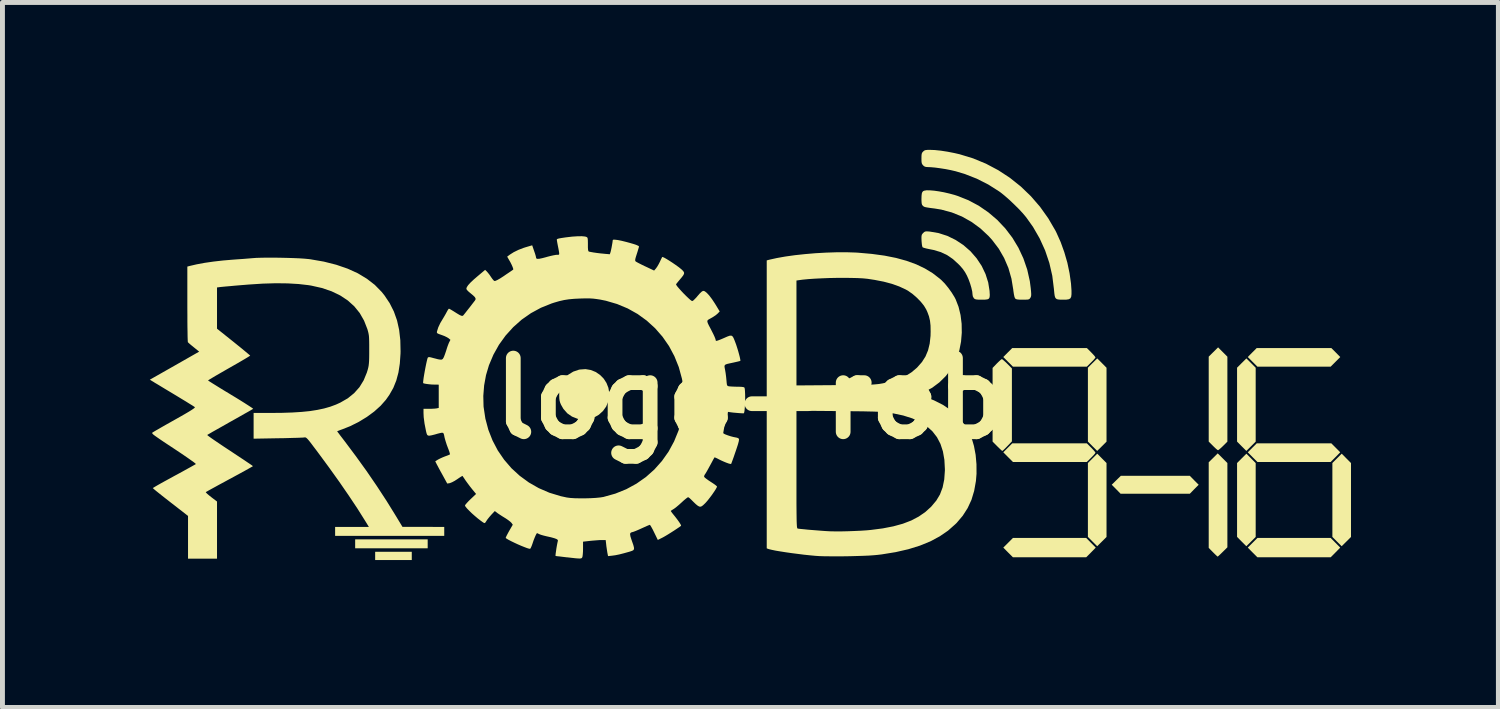
<source format=kicad_pcb>
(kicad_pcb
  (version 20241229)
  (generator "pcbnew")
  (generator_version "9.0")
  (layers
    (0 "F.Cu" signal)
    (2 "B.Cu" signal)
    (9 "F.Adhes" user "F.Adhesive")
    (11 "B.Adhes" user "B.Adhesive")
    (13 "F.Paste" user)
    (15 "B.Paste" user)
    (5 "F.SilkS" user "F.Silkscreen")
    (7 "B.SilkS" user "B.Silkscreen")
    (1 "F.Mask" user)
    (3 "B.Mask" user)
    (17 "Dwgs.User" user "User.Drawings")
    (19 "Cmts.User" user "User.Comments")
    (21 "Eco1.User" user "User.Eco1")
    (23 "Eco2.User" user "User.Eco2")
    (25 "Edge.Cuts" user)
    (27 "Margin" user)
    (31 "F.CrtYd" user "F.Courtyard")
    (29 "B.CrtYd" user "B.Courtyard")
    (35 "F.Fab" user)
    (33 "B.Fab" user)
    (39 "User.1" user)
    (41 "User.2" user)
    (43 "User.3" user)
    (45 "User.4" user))
  (footprint "logo-rob"
    (layer "F.Cu")
    (at 12.219 5.06)
    (property "Reference" "logo-rob" (at 0 0 0) (layer "F.SilkS") (effects (font (size 1.5 1.5) (thickness 0.3))))
    (attr board_only exclude_from_pos_files exclude_from_bom)
    (fp_poly (pts (xy -6.888 3.205) (xy -6.888 3.289) (xy -7.26 3.289) (xy -7.633 3.289) (xy -7.633 3.205) (xy -7.633 3.121) (xy -7.26 3.121) (xy -6.888 3.121)) (stroke (width 0) (type solid)) (fill yes) (layer "F.SilkS"))
    (fp_poly (pts (xy -6.564 2.959) (xy -6.564 3.05) (xy -7.302 3.05) (xy -8.04 3.05) (xy -8.04 2.959) (xy -8.04 2.868) (xy -7.302 2.868) (xy -6.564 2.868)) (stroke (width 0) (type solid)) (fill yes) (layer "F.SilkS"))
    (fp_poly (pts (xy 6.937 2.938) (xy 7.034 3.036) (xy 6.937 3.135) (xy 6.839 3.233) (xy 6.093 3.233) (xy 5.348 3.233) (xy 5.25 3.135) (xy 5.152 3.036) (xy 5.25 2.938) (xy 5.348 2.839) (xy 6.093 2.839) (xy 6.839 2.839)) (stroke (width 0) (type solid)) (fill yes) (layer "F.SilkS"))
    (fp_poly (pts (xy 7.159 -0.72) (xy 7.253 -0.625) (xy 7.253 0.127) (xy 7.253 0.879) (xy 7.158 0.974) (xy 7.063 1.068) (xy 6.968 0.973) (xy 6.874 0.878) (xy 6.874 0.126) (xy 6.874 -0.626) (xy 6.969 -0.721) (xy 7.064 -0.815)) (stroke (width 0) (type solid)) (fill yes) (layer "F.SilkS"))
    (fp_poly (pts (xy 7.159 1.22) (xy 7.253 1.315) (xy 7.253 2.067) (xy 7.253 2.819) (xy 7.158 2.914) (xy 7.063 3.008) (xy 6.968 2.913) (xy 6.874 2.818) (xy 6.874 2.066) (xy 6.874 1.314) (xy 6.969 1.219) (xy 7.064 1.124)) (stroke (width 0) (type solid)) (fill yes) (layer "F.SilkS"))
    (fp_poly (pts (xy 9.038 1.666) (xy 9.129 1.757) (xy 9.038 1.848) (xy 8.948 1.94) (xy 8.244 1.94) (xy 7.54 1.94) (xy 7.45 1.848) (xy 7.359 1.756) (xy 7.452 1.665) (xy 7.545 1.574) (xy 8.246 1.574) (xy 8.948 1.574)) (stroke (width 0) (type solid)) (fill yes) (layer "F.SilkS"))
    (fp_poly (pts (xy 10.195 -0.72) (xy 10.289 -0.625) (xy 10.289 0.127) (xy 10.289 0.879) (xy 10.194 0.974) (xy 10.099 1.068) (xy 10.004 0.973) (xy 9.91 0.878) (xy 9.91 0.126) (xy 9.91 -0.626) (xy 10.005 -0.721) (xy 10.1 -0.815)) (stroke (width 0) (type solid)) (fill yes) (layer "F.SilkS"))
    (fp_poly (pts (xy 10.195 1.22) (xy 10.289 1.315) (xy 10.289 2.067) (xy 10.289 2.819) (xy 10.194 2.914) (xy 10.099 3.008) (xy 10.004 2.913) (xy 9.91 2.818) (xy 9.91 2.066) (xy 9.91 1.314) (xy 10.005 1.219) (xy 10.1 1.124)) (stroke (width 0) (type solid)) (fill yes) (layer "F.SilkS"))
    (fp_poly (pts (xy 11.913 2.938) (xy 12.01 3.036) (xy 11.913 3.135) (xy 11.815 3.233) (xy 11.069 3.233) (xy 10.324 3.233) (xy 10.226 3.135) (xy 10.128 3.036) (xy 10.226 2.938) (xy 10.324 2.839) (xy 11.069 2.839) (xy 11.815 2.839)) (stroke (width 0) (type solid)) (fill yes) (layer "F.SilkS"))
    (fp_poly (pts (xy 11.92 -0.935) (xy 12.01 -0.843) (xy 11.913 -0.745) (xy 11.815 -0.647) (xy 11.069 -0.647) (xy 10.324 -0.647) (xy 10.226 -0.745) (xy 10.128 -0.843) (xy 10.219 -0.935) (xy 10.31 -1.026) (xy 11.069 -1.026) (xy 11.829 -1.026)) (stroke (width 0) (type solid)) (fill yes) (layer "F.SilkS"))
    (fp_poly (pts (xy 11.92 1.005) (xy 12.01 1.096) (xy 11.913 1.195) (xy 11.815 1.293) (xy 11.069 1.293) (xy 10.324 1.293) (xy 10.226 1.195) (xy 10.128 1.096) (xy 10.219 1.005) (xy 10.31 0.914) (xy 11.069 0.914) (xy 11.829 0.914)) (stroke (width 0) (type solid)) (fill yes) (layer "F.SilkS"))
    (fp_poly (pts (xy 12.135 1.22) (xy 12.229 1.315) (xy 12.229 2.067) (xy 12.229 2.819) (xy 12.134 2.914) (xy 12.039 3.008) (xy 11.944 2.913) (xy 11.85 2.818) (xy 11.85 2.066) (xy 11.85 1.314) (xy 11.945 1.219) (xy 12.04 1.124)) (stroke (width 0) (type solid)) (fill yes) (layer "F.SilkS"))
    (fp_poly (pts (xy 6.941 -0.938) (xy 6.98 -0.897) (xy 7.01 -0.863) (xy 7.026 -0.84) (xy 7.028 -0.836) (xy 7.019 -0.82) (xy 6.994 -0.79) (xy 6.958 -0.752) (xy 6.94 -0.734) (xy 6.852 -0.647) (xy 6.1 -0.647) (xy 5.348 -0.647) (xy 5.25 -0.745) (xy 5.152 -0.843) (xy 5.243 -0.935) (xy 5.334 -1.026) (xy 6.093 -1.026) (xy 6.853 -1.026)) (stroke (width 0) (type solid)) (fill yes) (layer "F.SilkS"))
    (fp_poly (pts (xy 6.941 1.002) (xy 6.98 1.043) (xy 7.01 1.077) (xy 7.026 1.1) (xy 7.028 1.104) (xy 7.019 1.12) (xy 6.994 1.15) (xy 6.958 1.188) (xy 6.94 1.206) (xy 6.852 1.293) (xy 6.1 1.293) (xy 5.348 1.293) (xy 5.25 1.195) (xy 5.152 1.096) (xy 5.243 1.005) (xy 5.334 0.914) (xy 6.093 0.914) (xy 6.853 0.914)) (stroke (width 0) (type solid)) (fill yes) (layer "F.SilkS"))
    (fp_poly (pts (xy 9.615 1.216) (xy 9.713 1.314) (xy 9.713 2.172) (xy 9.713 3.03) (xy 9.618 3.124) (xy 9.576 3.165) (xy 9.542 3.197) (xy 9.52 3.216) (xy 9.515 3.219) (xy 9.503 3.21) (xy 9.476 3.185) (xy 9.439 3.149) (xy 9.421 3.131) (xy 9.333 3.042) (xy 9.333 2.171) (xy 9.333 1.299) (xy 9.425 1.209) (xy 9.516 1.118)) (stroke (width 0) (type solid)) (fill yes) (layer "F.SilkS"))
    (fp_poly (pts (xy 9.618 -0.945) (xy 9.713 -0.85) (xy 9.713 0.015) (xy 9.713 0.879) (xy 9.625 0.967) (xy 9.584 1.006) (xy 9.549 1.036) (xy 9.527 1.052) (xy 9.522 1.054) (xy 9.507 1.045) (xy 9.477 1.02) (xy 9.439 0.984) (xy 9.421 0.966) (xy 9.333 0.878) (xy 9.333 0.013) (xy 9.333 -0.851) (xy 9.429 -0.946) (xy 9.524 -1.04)) (stroke (width 0) (type solid)) (fill yes) (layer "F.SilkS"))
    (fp_poly (pts (xy 5.139 -0.792) (xy 5.169 -0.766) (xy 5.209 -0.73) (xy 5.233 -0.706) (xy 5.327 -0.611) (xy 5.327 0.132) (xy 5.327 0.874) (xy 5.234 0.971) (xy 5.193 1.013) (xy 5.159 1.046) (xy 5.137 1.065) (xy 5.131 1.068) (xy 5.118 1.059) (xy 5.091 1.034) (xy 5.053 0.997) (xy 5.028 0.973) (xy 4.934 0.878) (xy 4.934 0.128) (xy 4.934 -0.621) (xy 5.02 -0.711) (xy 5.061 -0.751) (xy 5.095 -0.782) (xy 5.118 -0.799) (xy 5.123 -0.801)) (stroke (width 0) (type solid)) (fill yes) (layer "F.SilkS"))
    (fp_poly (pts (xy -3.244 -0.579) (xy -3.145 -0.539) (xy -3.058 -0.48) (xy -2.983 -0.405) (xy -2.925 -0.316) (xy -2.886 -0.217) (xy -2.868 -0.11) (xy -2.873 0.001) (xy -2.887 0.059) (xy -2.931 0.165) (xy -2.997 0.256) (xy -3.079 0.331) (xy -3.174 0.386) (xy -3.279 0.421) (xy -3.389 0.432) (xy -3.501 0.417) (xy -3.514 0.414) (xy -3.627 0.369) (xy -3.723 0.302) (xy -3.801 0.213) (xy -3.85 0.128) (xy -3.868 0.085) (xy -3.879 0.045) (xy -3.885 -0.001) (xy -3.887 -0.064) (xy -3.887 -0.084) (xy -3.886 -0.152) (xy -3.881 -0.202) (xy -3.872 -0.242) (xy -3.856 -0.282) (xy -3.85 -0.295) (xy -3.785 -0.4) (xy -3.702 -0.484) (xy -3.601 -0.546) (xy -3.486 -0.585) (xy -3.464 -0.589) (xy -3.351 -0.597)) (stroke (width 0) (type solid)) (fill yes) (layer "F.SilkS"))
    (fp_poly (pts (xy 3.641 -3.398) (xy 3.653 -3.397) (xy 3.835 -3.366) (xy 4.012 -3.309) (xy 4.182 -3.226) (xy 4.341 -3.121) (xy 4.485 -2.995) (xy 4.609 -2.852) (xy 4.712 -2.697) (xy 4.791 -2.531) (xy 4.845 -2.36) (xy 4.873 -2.185) (xy 4.873 -2.173) (xy 4.877 -2.106) (xy 4.873 -2.06) (xy 4.859 -2.032) (xy 4.829 -2.017) (xy 4.779 -2.011) (xy 4.706 -2.01) (xy 4.644 -2.011) (xy 4.603 -2.015) (xy 4.576 -2.022) (xy 4.558 -2.035) (xy 4.554 -2.038) (xy 4.532 -2.077) (xy 4.526 -2.113) (xy 4.52 -2.175) (xy 4.502 -2.254) (xy 4.476 -2.341) (xy 4.444 -2.428) (xy 4.411 -2.502) (xy 4.371 -2.574) (xy 4.326 -2.638) (xy 4.269 -2.704) (xy 4.238 -2.735) (xy 4.125 -2.838) (xy 4.008 -2.918) (xy 3.881 -2.978) (xy 3.738 -3.021) (xy 3.643 -3.04) (xy 3.587 -3.052) (xy 3.542 -3.064) (xy 3.514 -3.074) (xy 3.51 -3.077) (xy 3.501 -3.098) (xy 3.494 -3.14) (xy 3.489 -3.195) (xy 3.488 -3.212) (xy 3.486 -3.27) (xy 3.488 -3.308) (xy 3.494 -3.333) (xy 3.507 -3.352) (xy 3.521 -3.368) (xy 3.543 -3.388) (xy 3.565 -3.398) (xy 3.594 -3.401)) (stroke (width 0) (type solid)) (fill yes) (layer "F.SilkS"))
    (fp_poly (pts (xy 3.658 -4.236) (xy 3.743 -4.229) (xy 3.841 -4.215) (xy 3.945 -4.196) (xy 4.053 -4.171) (xy 4.157 -4.143) (xy 4.216 -4.124) (xy 4.441 -4.035) (xy 4.653 -3.922) (xy 4.849 -3.787) (xy 5.03 -3.633) (xy 5.193 -3.46) (xy 5.337 -3.271) (xy 5.46 -3.067) (xy 5.561 -2.85) (xy 5.639 -2.623) (xy 5.692 -2.387) (xy 5.71 -2.248) (xy 5.717 -2.176) (xy 5.72 -2.127) (xy 5.719 -2.094) (xy 5.714 -2.071) (xy 5.705 -2.052) (xy 5.702 -2.047) (xy 5.689 -2.03) (xy 5.674 -2.019) (xy 5.65 -2.013) (xy 5.611 -2.011) (xy 5.551 -2.01) (xy 5.547 -2.01) (xy 5.482 -2.011) (xy 5.439 -2.015) (xy 5.412 -2.022) (xy 5.395 -2.033) (xy 5.394 -2.035) (xy 5.38 -2.064) (xy 5.368 -2.119) (xy 5.356 -2.199) (xy 5.356 -2.207) (xy 5.318 -2.438) (xy 5.256 -2.655) (xy 5.169 -2.858) (xy 5.059 -3.049) (xy 4.923 -3.228) (xy 4.854 -3.304) (xy 4.686 -3.461) (xy 4.504 -3.594) (xy 4.31 -3.703) (xy 4.104 -3.786) (xy 3.889 -3.844) (xy 3.755 -3.866) (xy 3.674 -3.876) (xy 3.615 -3.885) (xy 3.575 -3.892) (xy 3.549 -3.899) (xy 3.532 -3.907) (xy 3.518 -3.918) (xy 3.513 -3.923) (xy 3.498 -3.943) (xy 3.49 -3.973) (xy 3.487 -4.019) (xy 3.486 -4.052) (xy 3.488 -4.122) (xy 3.493 -4.17) (xy 3.504 -4.201) (xy 3.522 -4.22) (xy 3.543 -4.229) (xy 3.59 -4.237)) (stroke (width 0) (type solid)) (fill yes) (layer "F.SilkS"))
    (fp_poly (pts (xy 3.759 -5.056) (xy 3.883 -5.043) (xy 4.018 -5.022) (xy 4.156 -4.995) (xy 4.264 -4.97) (xy 4.536 -4.887) (xy 4.798 -4.779) (xy 5.049 -4.646) (xy 5.286 -4.491) (xy 5.508 -4.314) (xy 5.713 -4.117) (xy 5.9 -3.901) (xy 6.066 -3.668) (xy 6.212 -3.418) (xy 6.234 -3.374) (xy 6.32 -3.182) (xy 6.394 -2.976) (xy 6.456 -2.762) (xy 6.501 -2.547) (xy 6.53 -2.34) (xy 6.54 -2.197) (xy 6.54 -2.122) (xy 6.534 -2.07) (xy 6.517 -2.037) (xy 6.485 -2.019) (xy 6.434 -2.011) (xy 6.368 -2.01) (xy 6.306 -2.011) (xy 6.266 -2.015) (xy 6.241 -2.022) (xy 6.223 -2.035) (xy 6.22 -2.038) (xy 6.207 -2.058) (xy 6.198 -2.09) (xy 6.191 -2.139) (xy 6.184 -2.21) (xy 6.182 -2.231) (xy 6.149 -2.497) (xy 6.089 -2.758) (xy 6.003 -3.013) (xy 5.891 -3.259) (xy 5.756 -3.493) (xy 5.617 -3.688) (xy 5.55 -3.768) (xy 5.466 -3.858) (xy 5.372 -3.951) (xy 5.275 -4.043) (xy 5.18 -4.126) (xy 5.094 -4.195) (xy 5.063 -4.217) (xy 4.845 -4.355) (xy 4.612 -4.473) (xy 4.369 -4.568) (xy 4.183 -4.624) (xy 4.085 -4.647) (xy 3.978 -4.668) (xy 3.869 -4.685) (xy 3.766 -4.699) (xy 3.676 -4.707) (xy 3.625 -4.709) (xy 3.576 -4.712) (xy 3.542 -4.725) (xy 3.521 -4.743) (xy 3.503 -4.765) (xy 3.492 -4.789) (xy 3.487 -4.824) (xy 3.486 -4.878) (xy 3.486 -4.885) (xy 3.487 -4.941) (xy 3.491 -4.978) (xy 3.501 -5.003) (xy 3.518 -5.024) (xy 3.521 -5.026) (xy 3.543 -5.045) (xy 3.569 -5.055) (xy 3.607 -5.059) (xy 3.653 -5.06)) (stroke (width 0) (type solid)) (fill yes) (layer "F.SilkS"))
    (fp_poly (pts (xy 2.139 -2.97) (xy 2.193 -2.967) (xy 2.476 -2.942) (xy 2.734 -2.907) (xy 2.97 -2.86) (xy 3.184 -2.801) (xy 3.379 -2.73) (xy 3.555 -2.646) (xy 3.715 -2.549) (xy 3.86 -2.437) (xy 3.89 -2.411) (xy 3.96 -2.34) (xy 4.032 -2.252) (xy 4.101 -2.156) (xy 4.159 -2.062) (xy 4.182 -2.018) (xy 4.241 -1.866) (xy 4.282 -1.698) (xy 4.304 -1.52) (xy 4.307 -1.338) (xy 4.292 -1.157) (xy 4.258 -0.982) (xy 4.206 -0.819) (xy 4.183 -0.765) (xy 4.093 -0.603) (xy 3.982 -0.456) (xy 3.851 -0.327) (xy 3.705 -0.218) (xy 3.545 -0.133) (xy 3.512 -0.119) (xy 3.405 -0.076) (xy 3.533 -0.037) (xy 3.738 0.037) (xy 3.922 0.13) (xy 4.086 0.24) (xy 4.228 0.368) (xy 4.348 0.512) (xy 4.445 0.673) (xy 4.52 0.848) (xy 4.555 0.968) (xy 4.589 1.148) (xy 4.606 1.34) (xy 4.607 1.534) (xy 4.595 1.68) (xy 4.559 1.881) (xy 4.504 2.064) (xy 4.426 2.232) (xy 4.326 2.388) (xy 4.202 2.534) (xy 4.176 2.559) (xy 4.027 2.691) (xy 3.857 2.807) (xy 3.667 2.909) (xy 3.454 2.996) (xy 3.219 3.069) (xy 2.961 3.128) (xy 2.678 3.174) (xy 2.593 3.184) (xy 2.517 3.191) (xy 2.418 3.198) (xy 2.301 3.203) (xy 2.172 3.207) (xy 2.034 3.211) (xy 1.894 3.213) (xy 1.757 3.214) (xy 1.627 3.213) (xy 1.511 3.212) (xy 1.411 3.209) (xy 1.335 3.204) (xy 1.218 3.193) (xy 1.094 3.18) (xy 0.968 3.164) (xy 0.843 3.148) (xy 0.725 3.131) (xy 0.616 3.114) (xy 0.52 3.098) (xy 0.443 3.082) (xy 0.388 3.069) (xy 0.369 3.063) (xy 0.337 3.051) (xy 0.337 0.25) (xy 0.942 0.25) (xy 0.942 1.446) (xy 0.942 1.657) (xy 0.942 1.842) (xy 0.942 2.002) (xy 0.942 2.139) (xy 0.943 2.256) (xy 0.944 2.353) (xy 0.945 2.432) (xy 0.946 2.496) (xy 0.948 2.546) (xy 0.95 2.583) (xy 0.952 2.61) (xy 0.955 2.628) (xy 0.958 2.639) (xy 0.962 2.645) (xy 0.966 2.648) (xy 0.966 2.648) (xy 0.989 2.652) (xy 1.036 2.657) (xy 1.1 2.663) (xy 1.177 2.671) (xy 1.263 2.678) (xy 1.352 2.685) (xy 1.439 2.692) (xy 1.52 2.698) (xy 1.588 2.702) (xy 1.631 2.704) (xy 1.731 2.706) (xy 1.851 2.706) (xy 1.984 2.703) (xy 2.12 2.698) (xy 2.253 2.692) (xy 2.374 2.684) (xy 2.458 2.676) (xy 2.698 2.645) (xy 2.914 2.603) (xy 3.107 2.55) (xy 3.279 2.484) (xy 3.431 2.404) (xy 3.565 2.311) (xy 3.684 2.203) (xy 3.788 2.079) (xy 3.789 2.078) (xy 3.863 1.954) (xy 3.917 1.811) (xy 3.95 1.65) (xy 3.963 1.469) (xy 3.963 1.438) (xy 3.953 1.249) (xy 3.923 1.078) (xy 3.873 0.925) (xy 3.802 0.789) (xy 3.709 0.669) (xy 3.595 0.566) (xy 3.458 0.478) (xy 3.298 0.405) (xy 3.115 0.347) (xy 2.908 0.303) (xy 2.804 0.287) (xy 2.762 0.282) (xy 2.713 0.277) (xy 2.655 0.273) (xy 2.586 0.27) (xy 2.504 0.267) (xy 2.405 0.265) (xy 2.288 0.262) (xy 2.151 0.261) (xy 1.99 0.259) (xy 1.804 0.257) (xy 1.789 0.257) (xy 0.942 0.25) (xy 0.337 0.25) (xy 0.337 0.12) (xy 0.337 -0.265) (xy 0.942 -0.265) (xy 1.739 -0.271) (xy 1.911 -0.272) (xy 2.058 -0.274) (xy 2.181 -0.275) (xy 2.285 -0.277) (xy 2.37 -0.279) (xy 2.441 -0.281) (xy 2.499 -0.283) (xy 2.548 -0.287) (xy 2.589 -0.291) (xy 2.626 -0.295) (xy 2.661 -0.301) (xy 2.696 -0.307) (xy 2.874 -0.347) (xy 3.029 -0.397) (xy 3.165 -0.458) (xy 3.283 -0.532) (xy 3.389 -0.621) (xy 3.403 -0.635) (xy 3.496 -0.741) (xy 3.568 -0.854) (xy 3.62 -0.978) (xy 3.654 -1.117) (xy 3.671 -1.273) (xy 3.673 -1.363) (xy 3.671 -1.482) (xy 3.66 -1.582) (xy 3.639 -1.672) (xy 3.606 -1.761) (xy 3.582 -1.813) (xy 3.537 -1.888) (xy 3.472 -1.969) (xy 3.393 -2.05) (xy 3.308 -2.124) (xy 3.221 -2.186) (xy 3.17 -2.216) (xy 3.032 -2.28) (xy 2.883 -2.333) (xy 2.718 -2.377) (xy 2.533 -2.413) (xy 2.39 -2.435) (xy 2.3 -2.444) (xy 2.188 -2.45) (xy 2.058 -2.453) (xy 1.914 -2.455) (xy 1.764 -2.454) (xy 1.61 -2.451) (xy 1.458 -2.445) (xy 1.314 -2.438) (xy 1.183 -2.429) (xy 1.068 -2.418) (xy 0.994 -2.408) (xy 0.942 -2.4) (xy 0.942 -1.333) (xy 0.942 -0.265) (xy 0.337 -0.265) (xy 0.337 -2.81) (xy 0.39 -2.824) (xy 0.543 -2.858) (xy 0.718 -2.889) (xy 0.911 -2.916) (xy 1.116 -2.938) (xy 1.328 -2.956) (xy 1.542 -2.968) (xy 1.752 -2.975) (xy 1.953 -2.976)) (stroke (width 0) (type solid)) (fill yes) (layer "F.SilkS"))
    (fp_poly (pts (xy -9.566 -2.864) (xy -9.43 -2.861) (xy -9.299 -2.857) (xy -9.177 -2.852) (xy -9.071 -2.845) (xy -8.986 -2.837) (xy -8.954 -2.833) (xy -8.677 -2.785) (xy -8.424 -2.721) (xy -8.194 -2.642) (xy -7.987 -2.548) (xy -7.803 -2.437) (xy -7.641 -2.312) (xy -7.502 -2.17) (xy -7.444 -2.098) (xy -7.337 -1.938) (xy -7.252 -1.769) (xy -7.188 -1.589) (xy -7.145 -1.396) (xy -7.121 -1.186) (xy -7.116 -0.958) (xy -7.117 -0.914) (xy -7.131 -0.711) (xy -7.159 -0.529) (xy -7.203 -0.365) (xy -7.264 -0.214) (xy -7.344 -0.073) (xy -7.415 0.028) (xy -7.522 0.149) (xy -7.653 0.267) (xy -7.803 0.377) (xy -7.967 0.477) (xy -8.141 0.564) (xy -8.297 0.626) (xy -8.347 0.644) (xy -8.385 0.659) (xy -8.404 0.667) (xy -8.406 0.669) (xy -8.398 0.681) (xy -8.375 0.711) (xy -8.341 0.757) (xy -8.297 0.814) (xy -8.251 0.874) (xy -8.028 1.172) (xy -7.808 1.477) (xy -7.598 1.784) (xy -7.4 2.087) (xy -7.232 2.358) (xy -7.077 2.614) (xy -6.652 2.614) (xy -6.227 2.615) (xy -6.227 2.706) (xy -6.227 2.797) (xy -7.337 2.797) (xy -8.448 2.797) (xy -8.448 2.706) (xy -8.448 2.615) (xy -8.104 2.615) (xy -7.761 2.615) (xy -7.832 2.499) (xy -7.993 2.243) (xy -8.17 1.977) (xy -8.363 1.697) (xy -8.574 1.402) (xy -8.756 1.155) (xy -8.831 1.054) (xy -8.892 0.974) (xy -8.939 0.911) (xy -8.976 0.864) (xy -9.004 0.831) (xy -9.025 0.81) (xy -9.041 0.798) (xy -9.053 0.793) (xy -9.065 0.792) (xy -9.073 0.793) (xy -9.097 0.796) (xy -9.145 0.798) (xy -9.215 0.801) (xy -9.301 0.803) (xy -9.402 0.806) (xy -9.513 0.809) (xy -9.611 0.81) (xy -10.107 0.819) (xy -10.107 0.557) (xy -10.107 0.295) (xy -9.766 0.295) (xy -9.53 0.293) (xy -9.319 0.286) (xy -9.13 0.274) (xy -8.961 0.257) (xy -8.81 0.233) (xy -8.673 0.204) (xy -8.547 0.168) (xy -8.431 0.125) (xy -8.343 0.085) (xy -8.19 -0.003) (xy -8.061 -0.108) (xy -7.953 -0.229) (xy -7.867 -0.369) (xy -7.802 -0.527) (xy -7.785 -0.583) (xy -7.774 -0.625) (xy -7.766 -0.665) (xy -7.761 -0.708) (xy -7.757 -0.76) (xy -7.755 -0.826) (xy -7.754 -0.91) (xy -7.754 -0.991) (xy -7.754 -1.091) (xy -7.755 -1.167) (xy -7.757 -1.226) (xy -7.76 -1.273) (xy -7.766 -1.312) (xy -7.774 -1.349) (xy -7.785 -1.389) (xy -7.792 -1.413) (xy -7.859 -1.584) (xy -7.947 -1.738) (xy -8.058 -1.875) (xy -8.19 -1.994) (xy -8.344 -2.096) (xy -8.52 -2.181) (xy -8.717 -2.248) (xy -8.935 -2.297) (xy -8.991 -2.306) (xy -9.191 -2.329) (xy -9.413 -2.342) (xy -9.656 -2.345) (xy -9.923 -2.337) (xy -10.215 -2.318) (xy -10.275 -2.313) (xy -10.387 -2.304) (xy -10.493 -2.295) (xy -10.589 -2.286) (xy -10.671 -2.279) (xy -10.734 -2.273) (xy -10.775 -2.269) (xy -10.785 -2.268) (xy -10.852 -2.259) (xy -10.852 -1.84) (xy -10.852 -1.42) (xy -10.514 -1.15) (xy -10.431 -1.083) (xy -10.354 -1.021) (xy -10.289 -0.967) (xy -10.236 -0.923) (xy -10.198 -0.891) (xy -10.179 -0.874) (xy -10.177 -0.871) (xy -10.189 -0.863) (xy -10.222 -0.842) (xy -10.275 -0.81) (xy -10.343 -0.77) (xy -10.425 -0.722) (xy -10.518 -0.669) (xy -10.606 -0.619) (xy -10.705 -0.562) (xy -10.797 -0.509) (xy -10.877 -0.463) (xy -10.944 -0.423) (xy -10.994 -0.393) (xy -11.025 -0.374) (xy -11.034 -0.367) (xy -11.023 -0.358) (xy -10.989 -0.336) (xy -10.937 -0.303) (xy -10.869 -0.261) (xy -10.787 -0.21) (xy -10.694 -0.153) (xy -10.592 -0.092) (xy -10.57 -0.078) (xy -10.467 -0.016) (xy -10.373 0.042) (xy -10.29 0.094) (xy -10.22 0.139) (xy -10.166 0.174) (xy -10.131 0.198) (xy -10.117 0.21) (xy -10.117 0.211) (xy -10.131 0.22) (xy -10.167 0.241) (xy -10.222 0.273) (xy -10.294 0.313) (xy -10.378 0.361) (xy -10.474 0.415) (xy -10.577 0.473) (xy -10.585 0.477) (xy -10.688 0.536) (xy -10.784 0.59) (xy -10.869 0.638) (xy -10.942 0.679) (xy -10.998 0.712) (xy -11.035 0.733) (xy -11.051 0.743) (xy -11.051 0.743) (xy -11.042 0.753) (xy -11.012 0.776) (xy -10.963 0.811) (xy -10.898 0.856) (xy -10.818 0.91) (xy -10.728 0.971) (xy -10.628 1.037) (xy -10.591 1.061) (xy -10.489 1.129) (xy -10.394 1.192) (xy -10.309 1.248) (xy -10.237 1.297) (xy -10.18 1.335) (xy -10.141 1.362) (xy -10.123 1.376) (xy -10.121 1.378) (xy -10.133 1.386) (xy -10.167 1.405) (xy -10.221 1.436) (xy -10.291 1.475) (xy -10.375 1.521) (xy -10.471 1.573) (xy -10.575 1.63) (xy -10.597 1.641) (xy -10.703 1.699) (xy -10.802 1.752) (xy -10.889 1.8) (xy -10.964 1.841) (xy -11.022 1.873) (xy -11.062 1.896) (xy -11.08 1.906) (xy -11.081 1.907) (xy -11.074 1.918) (xy -11.049 1.943) (xy -11.01 1.976) (xy -10.971 2.007) (xy -10.852 2.098) (xy -10.852 2.68) (xy -10.852 3.261) (xy -11.147 3.261) (xy -11.442 3.261) (xy -11.442 2.826) (xy -11.442 2.391) (xy -11.8 2.113) (xy -11.887 2.045) (xy -11.966 1.983) (xy -12.035 1.928) (xy -12.091 1.883) (xy -12.132 1.849) (xy -12.154 1.829) (xy -12.158 1.825) (xy -12.146 1.816) (xy -12.113 1.796) (xy -12.06 1.765) (xy -11.991 1.726) (xy -11.908 1.68) (xy -11.814 1.629) (xy -11.727 1.581) (xy -11.625 1.526) (xy -11.532 1.475) (xy -11.449 1.429) (xy -11.38 1.391) (xy -11.327 1.361) (xy -11.293 1.342) (xy -11.282 1.335) (xy -11.291 1.325) (xy -11.32 1.301) (xy -11.369 1.266) (xy -11.434 1.22) (xy -11.512 1.166) (xy -11.602 1.105) (xy -11.701 1.039) (xy -11.731 1.019) (xy -11.848 0.942) (xy -11.943 0.879) (xy -12.018 0.828) (xy -12.076 0.788) (xy -12.118 0.758) (xy -12.147 0.736) (xy -12.164 0.719) (xy -12.171 0.708) (xy -12.172 0.7) (xy -12.166 0.694) (xy -12.166 0.694) (xy -12.148 0.683) (xy -12.108 0.659) (xy -12.05 0.626) (xy -11.976 0.583) (xy -11.89 0.534) (xy -11.794 0.48) (xy -11.712 0.434) (xy -11.595 0.368) (xy -11.501 0.314) (xy -11.428 0.271) (xy -11.373 0.237) (xy -11.336 0.212) (xy -11.313 0.195) (xy -11.303 0.183) (xy -11.304 0.176) (xy -11.32 0.165) (xy -11.357 0.141) (xy -11.413 0.107) (xy -11.483 0.063) (xy -11.566 0.013) (xy -11.658 -0.043) (xy -11.716 -0.078) (xy -11.814 -0.137) (xy -11.906 -0.192) (xy -11.99 -0.243) (xy -12.061 -0.286) (xy -12.117 -0.319) (xy -12.153 -0.342) (xy -12.164 -0.348) (xy -12.219 -0.382) (xy -11.717 -0.667) (xy -11.215 -0.953) (xy -11.325 -1.042) (xy -11.373 -1.081) (xy -11.412 -1.114) (xy -11.438 -1.138) (xy -11.445 -1.145) (xy -11.447 -1.162) (xy -11.449 -1.203) (xy -11.451 -1.268) (xy -11.452 -1.353) (xy -11.454 -1.456) (xy -11.455 -1.574) (xy -11.455 -1.704) (xy -11.456 -1.844) (xy -11.456 -1.922) (xy -11.456 -2.684) (xy -11.403 -2.698) (xy -11.265 -2.73) (xy -11.103 -2.76) (xy -10.923 -2.786) (xy -10.73 -2.808) (xy -10.529 -2.825) (xy -10.528 -2.825) (xy -10.434 -2.832) (xy -10.33 -2.839) (xy -10.231 -2.847) (xy -10.145 -2.854) (xy -10.135 -2.855) (xy -10.053 -2.861) (xy -9.95 -2.864) (xy -9.831 -2.866) (xy -9.701 -2.866)) (stroke (width 0) (type solid)) (fill yes) (layer "F.SilkS"))
    (fp_poly (pts (xy -3.363 -3.296) (xy -3.339 -3.29) (xy -3.323 -3.282) (xy -3.312 -3.271) (xy -3.307 -3.251) (xy -3.304 -3.217) (xy -3.303 -3.162) (xy -3.303 -3.136) (xy -3.303 -3.071) (xy -3.3 -3.029) (xy -3.295 -3.004) (xy -3.287 -2.992) (xy -3.279 -2.988) (xy -3.243 -2.981) (xy -3.187 -2.971) (xy -3.118 -2.961) (xy -3.043 -2.952) (xy -2.969 -2.945) (xy -2.964 -2.944) (xy -2.857 -2.935) (xy -2.841 -2.982) (xy -2.833 -3.016) (xy -2.822 -3.067) (xy -2.812 -3.123) (xy -2.803 -3.175) (xy -2.798 -3.215) (xy -2.797 -3.224) (xy -2.784 -3.232) (xy -2.748 -3.231) (xy -2.691 -3.224) (xy -2.617 -3.209) (xy -2.528 -3.187) (xy -2.454 -3.167) (xy -2.371 -3.143) (xy -2.311 -3.122) (xy -2.274 -3.105) (xy -2.263 -3.095) (xy -2.267 -3.074) (xy -2.279 -3.034) (xy -2.295 -2.98) (xy -2.307 -2.943) (xy -2.327 -2.88) (xy -2.338 -2.839) (xy -2.341 -2.813) (xy -2.337 -2.797) (xy -2.332 -2.79) (xy -2.312 -2.777) (xy -2.273 -2.756) (xy -2.218 -2.728) (xy -2.153 -2.696) (xy -2.133 -2.687) (xy -1.955 -2.603) (xy -1.917 -2.647) (xy -1.891 -2.684) (xy -1.862 -2.734) (xy -1.837 -2.783) (xy -1.816 -2.829) (xy -1.799 -2.863) (xy -1.791 -2.879) (xy -1.791 -2.88) (xy -1.776 -2.877) (xy -1.743 -2.862) (xy -1.696 -2.835) (xy -1.64 -2.8) (xy -1.58 -2.761) (xy -1.519 -2.719) (xy -1.463 -2.679) (xy -1.416 -2.642) (xy -1.382 -2.613) (xy -1.379 -2.609) (xy -1.356 -2.583) (xy -1.345 -2.56) (xy -1.347 -2.535) (xy -1.365 -2.502) (xy -1.399 -2.458) (xy -1.433 -2.418) (xy -1.467 -2.377) (xy -1.494 -2.344) (xy -1.509 -2.324) (xy -1.509 -2.323) (xy -1.503 -2.308) (xy -1.481 -2.277) (xy -1.446 -2.236) (xy -1.402 -2.187) (xy -1.354 -2.136) (xy -1.304 -2.086) (xy -1.258 -2.042) (xy -1.219 -2.007) (xy -1.19 -1.986) (xy -1.18 -1.982) (xy -1.16 -1.992) (xy -1.129 -2.021) (xy -1.09 -2.062) (xy -1.072 -2.084) (xy -1.025 -2.138) (xy -0.986 -2.174) (xy -0.959 -2.19) (xy -0.957 -2.19) (xy -0.925 -2.182) (xy -0.883 -2.149) (xy -0.833 -2.095) (xy -0.777 -2.021) (xy -0.716 -1.929) (xy -0.707 -1.914) (xy -0.62 -1.771) (xy -0.665 -1.725) (xy -0.702 -1.694) (xy -0.753 -1.66) (xy -0.798 -1.634) (xy -0.832 -1.615) (xy -0.856 -1.601) (xy -0.87 -1.585) (xy -0.872 -1.564) (xy -0.863 -1.533) (xy -0.842 -1.488) (xy -0.809 -1.426) (xy -0.781 -1.371) (xy -0.75 -1.31) (xy -0.725 -1.256) (xy -0.709 -1.215) (xy -0.703 -1.194) (xy -0.701 -1.179) (xy -0.693 -1.172) (xy -0.675 -1.174) (xy -0.642 -1.185) (xy -0.591 -1.205) (xy -0.533 -1.23) (xy -0.465 -1.26) (xy -0.417 -1.277) (xy -0.384 -1.279) (xy -0.36 -1.265) (xy -0.34 -1.234) (xy -0.318 -1.182) (xy -0.307 -1.153) (xy -0.286 -1.097) (xy -0.265 -1.032) (xy -0.244 -0.964) (xy -0.226 -0.898) (xy -0.211 -0.84) (xy -0.202 -0.795) (xy -0.199 -0.769) (xy -0.2 -0.765) (xy -0.215 -0.76) (xy -0.251 -0.751) (xy -0.303 -0.739) (xy -0.343 -0.73) (xy -0.418 -0.714) (xy -0.47 -0.702) (xy -0.502 -0.69) (xy -0.518 -0.675) (xy -0.523 -0.654) (xy -0.519 -0.623) (xy -0.511 -0.583) (xy -0.5 -0.518) (xy -0.49 -0.441) (xy -0.483 -0.37) (xy -0.478 -0.314) (xy -0.473 -0.279) (xy -0.465 -0.261) (xy -0.451 -0.252) (xy -0.432 -0.247) (xy -0.399 -0.244) (xy -0.347 -0.241) (xy -0.286 -0.239) (xy -0.259 -0.239) (xy -0.186 -0.237) (xy -0.14 -0.232) (xy -0.118 -0.223) (xy -0.117 -0.221) (xy -0.11 -0.196) (xy -0.106 -0.149) (xy -0.103 -0.087) (xy -0.102 -0.015) (xy -0.103 0.061) (xy -0.106 0.136) (xy -0.111 0.203) (xy -0.116 0.257) (xy -0.124 0.292) (xy -0.128 0.301) (xy -0.144 0.303) (xy -0.181 0.301) (xy -0.231 0.298) (xy -0.288 0.293) (xy -0.345 0.288) (xy -0.393 0.282) (xy -0.427 0.277) (xy -0.437 0.274) (xy -0.453 0.275) (xy -0.465 0.294) (xy -0.477 0.333) (xy -0.485 0.367) (xy -0.496 0.418) (xy -0.508 0.48) (xy -0.52 0.545) (xy -0.532 0.607) (xy -0.541 0.659) (xy -0.547 0.694) (xy -0.548 0.705) (xy -0.536 0.717) (xy -0.503 0.733) (xy -0.455 0.751) (xy -0.4 0.769) (xy -0.344 0.784) (xy -0.319 0.789) (xy -0.268 0.799) (xy -0.238 0.811) (xy -0.227 0.832) (xy -0.231 0.867) (xy -0.245 0.921) (xy -0.255 0.954) (xy -0.271 1.003) (xy -0.291 1.063) (xy -0.314 1.129) (xy -0.336 1.194) (xy -0.357 1.252) (xy -0.374 1.298) (xy -0.385 1.327) (xy -0.388 1.333) (xy -0.404 1.333) (xy -0.439 1.324) (xy -0.486 1.307) (xy -0.539 1.285) (xy -0.593 1.261) (xy -0.631 1.242) (xy -0.675 1.219) (xy -0.709 1.204) (xy -0.725 1.199) (xy -0.726 1.199) (xy -0.734 1.213) (xy -0.753 1.246) (xy -0.779 1.295) (xy -0.811 1.354) (xy -0.817 1.365) (xy -0.851 1.427) (xy -0.882 1.483) (xy -0.907 1.525) (xy -0.923 1.548) (xy -0.924 1.549) (xy -0.937 1.577) (xy -0.937 1.595) (xy -0.922 1.612) (xy -0.888 1.639) (xy -0.842 1.672) (xy -0.802 1.698) (xy -0.75 1.732) (xy -0.708 1.762) (xy -0.682 1.784) (xy -0.675 1.793) (xy -0.683 1.815) (xy -0.705 1.854) (xy -0.738 1.904) (xy -0.777 1.961) (xy -0.82 2.018) (xy -0.862 2.072) (xy -0.9 2.116) (xy -0.918 2.135) (xy -0.959 2.174) (xy -0.988 2.195) (xy -1.01 2.203) (xy -1.032 2.201) (xy -1.035 2.201) (xy -1.065 2.185) (xy -1.105 2.153) (xy -1.15 2.11) (xy -1.16 2.1) (xy -1.2 2.06) (xy -1.234 2.028) (xy -1.258 2.012) (xy -1.263 2.01) (xy -1.281 2.019) (xy -1.313 2.044) (xy -1.356 2.08) (xy -1.395 2.116) (xy -1.447 2.163) (xy -1.498 2.206) (xy -1.541 2.239) (xy -1.562 2.253) (xy -1.595 2.273) (xy -1.614 2.288) (xy -1.616 2.291) (xy -1.608 2.304) (xy -1.586 2.334) (xy -1.553 2.375) (xy -1.531 2.402) (xy -1.484 2.463) (xy -1.446 2.516) (xy -1.419 2.558) (xy -1.407 2.585) (xy -1.408 2.593) (xy -1.439 2.616) (xy -1.488 2.649) (xy -1.548 2.689) (xy -1.614 2.731) (xy -1.678 2.771) (xy -1.735 2.805) (xy -1.778 2.829) (xy -1.784 2.832) (xy -1.88 2.88) (xy -1.955 2.726) (xy -1.984 2.667) (xy -2.011 2.618) (xy -2.031 2.585) (xy -2.042 2.572) (xy -2.042 2.572) (xy -2.059 2.578) (xy -2.096 2.593) (xy -2.147 2.616) (xy -2.205 2.642) (xy -2.269 2.671) (xy -2.328 2.696) (xy -2.375 2.714) (xy -2.401 2.721) (xy -2.426 2.729) (xy -2.441 2.744) (xy -2.444 2.769) (xy -2.437 2.809) (xy -2.418 2.869) (xy -2.404 2.91) (xy -2.379 2.981) (xy -2.366 3.031) (xy -2.364 3.064) (xy -2.376 3.086) (xy -2.402 3.101) (xy -2.444 3.115) (xy -2.456 3.119) (xy -2.571 3.151) (xy -2.665 3.175) (xy -2.744 3.191) (xy -2.809 3.2) (xy -2.893 3.209) (xy -2.908 3.133) (xy -2.917 3.074) (xy -2.927 3.007) (xy -2.931 2.969) (xy -2.941 2.882) (xy -3.019 2.882) (xy -3.068 2.883) (xy -3.133 2.888) (xy -3.207 2.894) (xy -3.25 2.898) (xy -3.402 2.915) (xy -3.402 3.052) (xy -3.403 3.116) (xy -3.407 3.172) (xy -3.412 3.213) (xy -3.415 3.225) (xy -3.421 3.239) (xy -3.429 3.249) (xy -3.443 3.255) (xy -3.466 3.258) (xy -3.501 3.257) (xy -3.554 3.253) (xy -3.626 3.245) (xy -3.722 3.234) (xy -3.739 3.233) (xy -3.814 3.224) (xy -3.878 3.216) (xy -3.927 3.211) (xy -3.956 3.207) (xy -3.961 3.206) (xy -3.962 3.192) (xy -3.959 3.158) (xy -3.952 3.109) (xy -3.944 3.052) (xy -3.934 2.994) (xy -3.924 2.942) (xy -3.915 2.901) (xy -3.913 2.893) (xy -3.918 2.878) (xy -3.942 2.861) (xy -3.988 2.844) (xy -4.057 2.825) (xy -4.147 2.805) (xy -4.204 2.791) (xy -4.256 2.776) (xy -4.291 2.763) (xy -4.292 2.762) (xy -4.322 2.748) (xy -4.337 2.741) (xy -4.338 2.741) (xy -4.349 2.753) (xy -4.366 2.786) (xy -4.387 2.834) (xy -4.409 2.89) (xy -4.429 2.949) (xy -4.429 2.95) (xy -4.447 3) (xy -4.464 3.039) (xy -4.477 3.059) (xy -4.479 3.06) (xy -4.5 3.058) (xy -4.541 3.046) (xy -4.596 3.025) (xy -4.661 2.999) (xy -4.73 2.969) (xy -4.799 2.937) (xy -4.863 2.906) (xy -4.917 2.878) (xy -4.956 2.855) (xy -4.975 2.84) (xy -4.976 2.837) (xy -4.969 2.818) (xy -4.951 2.781) (xy -4.925 2.732) (xy -4.904 2.694) (xy -4.832 2.57) (xy -4.859 2.532) (xy -4.884 2.508) (xy -4.925 2.476) (xy -4.976 2.441) (xy -4.996 2.429) (xy -5.051 2.395) (xy -5.103 2.361) (xy -5.143 2.334) (xy -5.151 2.327) (xy -5.198 2.292) (xy -5.267 2.365) (xy -5.307 2.411) (xy -5.345 2.458) (xy -5.368 2.492) (xy -5.389 2.525) (xy -5.404 2.537) (xy -5.421 2.532) (xy -5.438 2.522) (xy -5.488 2.486) (xy -5.546 2.441) (xy -5.606 2.39) (xy -5.665 2.338) (xy -5.718 2.286) (xy -5.762 2.241) (xy -5.792 2.205) (xy -5.805 2.182) (xy -5.805 2.18) (xy -5.796 2.162) (xy -5.769 2.13) (xy -5.73 2.088) (xy -5.692 2.051) (xy -5.579 1.944) (xy -5.659 1.847) (xy -5.704 1.79) (xy -5.751 1.727) (xy -5.791 1.672) (xy -5.795 1.666) (xy -5.823 1.624) (xy -5.845 1.592) (xy -5.855 1.577) (xy -5.856 1.576) (xy -5.868 1.582) (xy -5.898 1.6) (xy -5.94 1.628) (xy -5.963 1.644) (xy -6.016 1.678) (xy -6.067 1.705) (xy -6.107 1.721) (xy -6.116 1.724) (xy -6.166 1.732) (xy -6.265 1.551) (xy -6.303 1.483) (xy -6.337 1.42) (xy -6.365 1.367) (xy -6.384 1.332) (xy -6.387 1.325) (xy -6.41 1.28) (xy -6.357 1.246) (xy -6.315 1.224) (xy -6.26 1.199) (xy -6.213 1.18) (xy -6.166 1.163) (xy -6.129 1.148) (xy -6.112 1.14) (xy -6.112 1.14) (xy -6.112 1.124) (xy -6.122 1.088) (xy -6.139 1.04) (xy -6.15 1.012) (xy -6.176 0.943) (xy -6.2 0.868) (xy -6.219 0.801) (xy -6.221 0.791) (xy -6.23 0.747) (xy -6.238 0.718) (xy -6.25 0.702) (xy -6.271 0.697) (xy -6.305 0.703) (xy -6.358 0.716) (xy -6.416 0.733) (xy -6.484 0.75) (xy -6.529 0.758) (xy -6.558 0.755) (xy -6.576 0.738) (xy -6.588 0.706) (xy -6.598 0.664) (xy -6.628 0.512) (xy -6.645 0.382) (xy -6.649 0.299) (xy -6.649 0.211) (xy -6.538 0.211) (xy -6.478 0.21) (xy -6.424 0.207) (xy -6.386 0.203) (xy -6.383 0.202) (xy -6.339 0.193) (xy -6.339 -0.044) (xy -6.339 -0.052) (xy -5.432 -0.052) (xy -5.427 0.157) (xy -5.426 0.171) (xy -5.39 0.41) (xy -5.329 0.639) (xy -5.244 0.855) (xy -5.137 1.059) (xy -5.008 1.247) (xy -4.859 1.42) (xy -4.691 1.574) (xy -4.505 1.71) (xy -4.304 1.825) (xy -4.087 1.919) (xy -3.856 1.989) (xy -3.732 2.016) (xy -3.663 2.025) (xy -3.572 2.031) (xy -3.468 2.033) (xy -3.357 2.033) (xy -3.245 2.03) (xy -3.141 2.024) (xy -3.05 2.015) (xy -2.981 2.004) (xy -2.98 2.003) (xy -2.744 1.937) (xy -2.521 1.847) (xy -2.314 1.734) (xy -2.123 1.6) (xy -1.95 1.446) (xy -1.796 1.273) (xy -1.661 1.082) (xy -1.549 0.875) (xy -1.458 0.653) (xy -1.392 0.417) (xy -1.389 0.403) (xy -1.371 0.294) (xy -1.36 0.167) (xy -1.355 0.029) (xy -1.357 -0.111) (xy -1.366 -0.244) (xy -1.381 -0.362) (xy -1.389 -0.403) (xy -1.453 -0.638) (xy -1.542 -0.859) (xy -1.652 -1.066) (xy -1.784 -1.256) (xy -1.935 -1.429) (xy -2.105 -1.584) (xy -2.291 -1.719) (xy -2.493 -1.832) (xy -2.709 -1.922) (xy -2.938 -1.989) (xy -3.057 -2.013) (xy -3.131 -2.024) (xy -3.196 -2.032) (xy -3.261 -2.036) (xy -3.335 -2.037) (xy -3.426 -2.035) (xy -3.458 -2.034) (xy -3.584 -2.028) (xy -3.691 -2.018) (xy -3.788 -2.003) (xy -3.884 -1.981) (xy -3.988 -1.951) (xy -4.043 -1.933) (xy -4.259 -1.846) (xy -4.462 -1.736) (xy -4.651 -1.604) (xy -4.823 -1.451) (xy -4.978 -1.28) (xy -5.113 -1.093) (xy -5.226 -0.891) (xy -5.317 -0.676) (xy -5.377 -0.474) (xy -5.415 -0.266) (xy -5.432 -0.052) (xy -6.339 -0.052) (xy -6.339 -0.281) (xy -6.427 -0.282) (xy -6.486 -0.284) (xy -6.546 -0.29) (xy -6.599 -0.297) (xy -6.639 -0.305) (xy -6.656 -0.312) (xy -6.657 -0.329) (xy -6.653 -0.368) (xy -6.646 -0.423) (xy -6.635 -0.49) (xy -6.622 -0.563) (xy -6.608 -0.637) (xy -6.594 -0.706) (xy -6.581 -0.764) (xy -6.57 -0.808) (xy -6.562 -0.83) (xy -6.561 -0.832) (xy -6.549 -0.839) (xy -6.538 -0.842) (xy -6.519 -0.84) (xy -6.488 -0.833) (xy -6.437 -0.819) (xy -6.423 -0.816) (xy -6.355 -0.798) (xy -6.308 -0.79) (xy -6.278 -0.791) (xy -6.257 -0.804) (xy -6.242 -0.828) (xy -6.23 -0.854) (xy -6.21 -0.907) (xy -6.189 -0.969) (xy -6.178 -1.005) (xy -6.16 -1.06) (xy -6.14 -1.113) (xy -6.128 -1.141) (xy -6.101 -1.193) (xy -6.14 -1.226) (xy -6.173 -1.246) (xy -6.222 -1.27) (xy -6.278 -1.291) (xy -6.281 -1.292) (xy -6.332 -1.31) (xy -6.362 -1.323) (xy -6.375 -1.336) (xy -6.377 -1.352) (xy -6.373 -1.369) (xy -6.349 -1.446) (xy -6.307 -1.535) (xy -6.263 -1.609) (xy -6.23 -1.664) (xy -6.196 -1.723) (xy -6.178 -1.757) (xy -6.157 -1.795) (xy -6.139 -1.821) (xy -6.131 -1.827) (xy -6.114 -1.82) (xy -6.081 -1.801) (xy -6.038 -1.775) (xy -6.033 -1.772) (xy -5.965 -1.729) (xy -5.916 -1.7) (xy -5.882 -1.684) (xy -5.86 -1.68) (xy -5.846 -1.685) (xy -5.841 -1.689) (xy -5.826 -1.707) (xy -5.797 -1.743) (xy -5.758 -1.793) (xy -5.711 -1.852) (xy -5.661 -1.917) (xy -5.61 -1.983) (xy -5.605 -1.989) (xy -5.59 -2.014) (xy -5.59 -2.038) (xy -5.606 -2.065) (xy -5.641 -2.099) (xy -5.687 -2.137) (xy -5.729 -2.172) (xy -5.761 -2.204) (xy -5.776 -2.227) (xy -5.777 -2.231) (xy -5.768 -2.264) (xy -5.741 -2.305) (xy -5.694 -2.357) (xy -5.626 -2.421) (xy -5.554 -2.483) (xy -5.395 -2.617) (xy -5.361 -2.585) (xy -5.336 -2.556) (xy -5.303 -2.514) (xy -5.275 -2.472) (xy -5.246 -2.431) (xy -5.22 -2.401) (xy -5.204 -2.39) (xy -5.204 -2.39) (xy -5.18 -2.395) (xy -5.142 -2.413) (xy -5.089 -2.443) (xy -5.018 -2.489) (xy -4.963 -2.527) (xy -4.909 -2.563) (xy -4.865 -2.593) (xy -4.835 -2.614) (xy -4.823 -2.622) (xy -4.823 -2.639) (xy -4.835 -2.675) (xy -4.855 -2.721) (xy -4.881 -2.773) (xy -4.899 -2.804) (xy -4.923 -2.846) (xy -4.94 -2.876) (xy -4.945 -2.888) (xy -4.945 -2.888) (xy -4.932 -2.897) (xy -4.905 -2.917) (xy -4.892 -2.927) (xy -4.813 -2.977) (xy -4.715 -3.025) (xy -4.608 -3.066) (xy -4.553 -3.083) (xy -4.437 -3.117) (xy -4.398 -3.003) (xy -4.379 -2.948) (xy -4.365 -2.901) (xy -4.358 -2.869) (xy -4.358 -2.864) (xy -4.351 -2.848) (xy -4.33 -2.841) (xy -4.292 -2.843) (xy -4.234 -2.855) (xy -4.153 -2.876) (xy -4.134 -2.882) (xy -4.068 -2.899) (xy -4.006 -2.913) (xy -3.956 -2.922) (xy -3.934 -2.924) (xy -3.912 -2.923) (xy -3.897 -2.925) (xy -3.889 -2.933) (xy -3.887 -2.951) (xy -3.891 -2.984) (xy -3.9 -3.036) (xy -3.915 -3.111) (xy -3.916 -3.116) (xy -3.926 -3.169) (xy -3.933 -3.211) (xy -3.936 -3.235) (xy -3.936 -3.236) (xy -3.926 -3.246) (xy -3.894 -3.256) (xy -3.838 -3.266) (xy -3.757 -3.278) (xy -3.75 -3.279) (xy -3.622 -3.294) (xy -3.513 -3.301) (xy -3.426 -3.302)) (stroke (width 0) (type solid)) (fill yes) (layer "F.SilkS")))
  (gr_rect
    (start -3 -3)
    (end 27.448 11.35)
    (stroke (width 0.1) (type default))
    (fill no)
    (layer "Edge.Cuts")))
</source>
